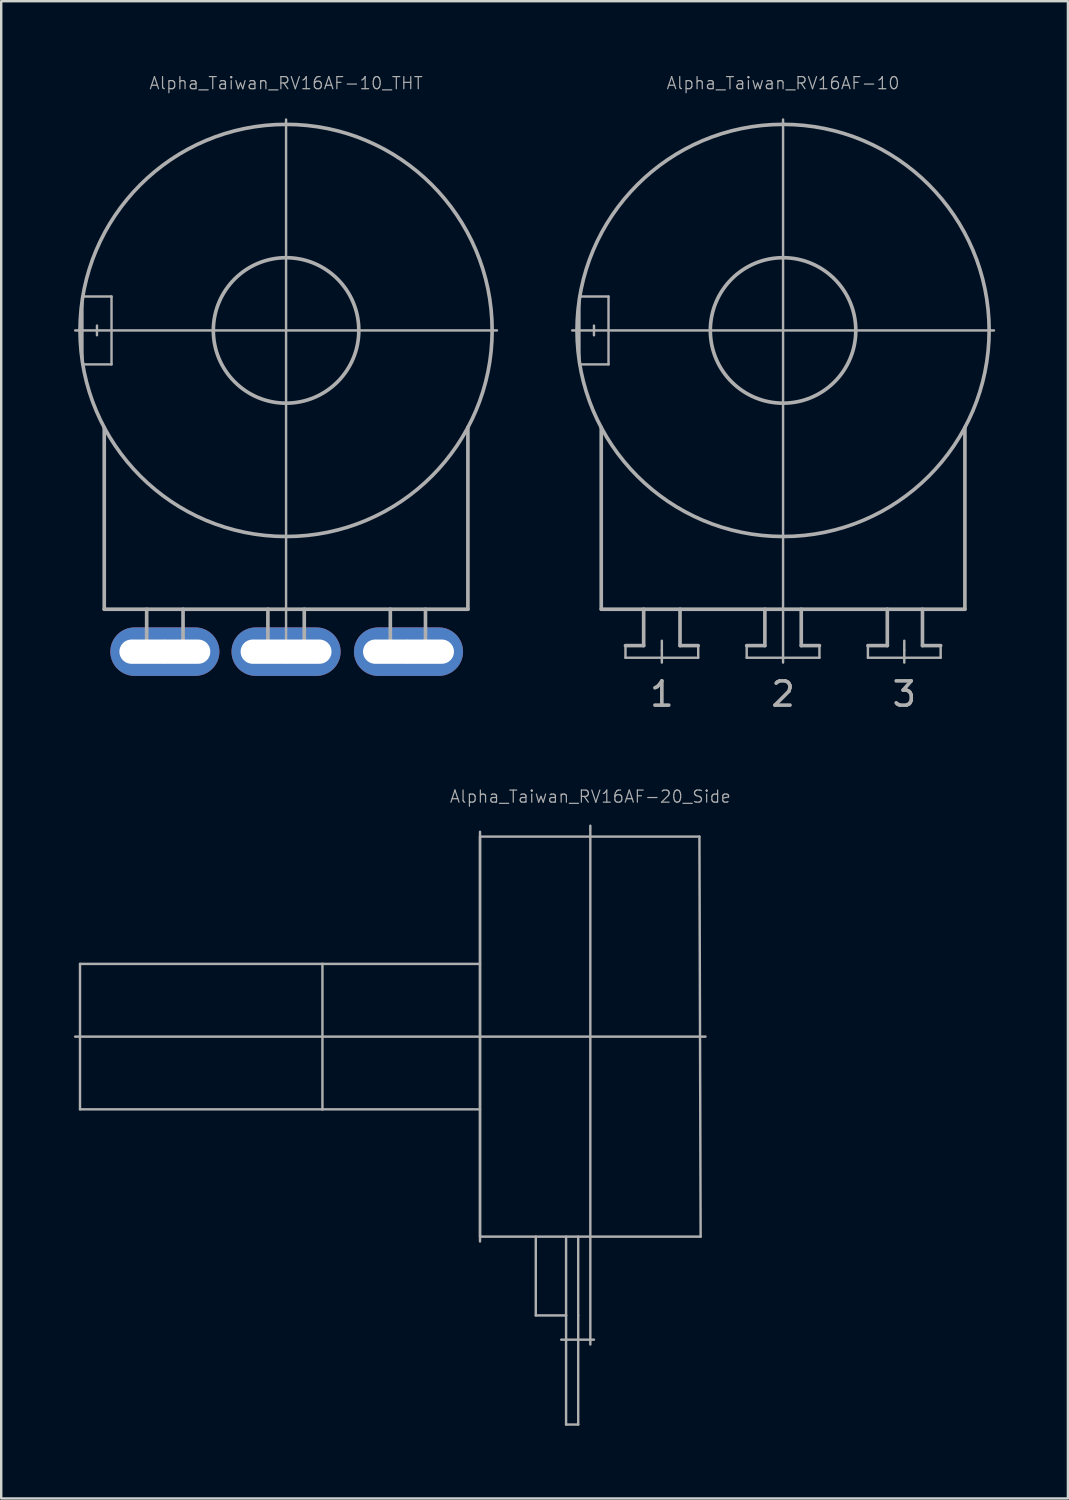
<source format=kicad_pcb>
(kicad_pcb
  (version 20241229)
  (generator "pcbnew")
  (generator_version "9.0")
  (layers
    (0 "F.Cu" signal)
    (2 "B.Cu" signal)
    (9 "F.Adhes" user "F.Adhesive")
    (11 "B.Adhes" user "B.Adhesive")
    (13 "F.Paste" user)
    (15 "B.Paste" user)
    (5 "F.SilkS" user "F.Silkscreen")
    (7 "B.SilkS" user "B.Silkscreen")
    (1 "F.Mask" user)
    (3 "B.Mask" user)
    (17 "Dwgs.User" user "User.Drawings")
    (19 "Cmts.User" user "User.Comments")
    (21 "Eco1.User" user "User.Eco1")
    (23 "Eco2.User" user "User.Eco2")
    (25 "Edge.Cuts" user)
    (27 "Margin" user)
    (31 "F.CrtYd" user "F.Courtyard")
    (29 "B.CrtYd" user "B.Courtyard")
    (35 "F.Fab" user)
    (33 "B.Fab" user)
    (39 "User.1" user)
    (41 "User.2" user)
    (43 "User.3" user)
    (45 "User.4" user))
  (footprint "Alpha_Taiwan_RV16AF-10"
    (layer "F.Cu")
    (at 29.25 10.58)
    (property "Reference" "Alpha_Taiwan_RV16AF-10" (at 0 -10.2 0) (layer "F.Fab") (effects (font (size 0.5 0.5) (thickness 0.05))))
    (attr through_hole)
    (fp_line (start -8.7 0) (end 8.7 0) (stroke (width 0.1) (type solid)) (layer "F.Fab"))
    (fp_line (start -8.4 -1.4) (end -8.4 1.4) (stroke (width 0.1) (type solid)) (layer "F.Fab"))
    (fp_line (start -8.4 1.4) (end -7.2 1.4) (stroke (width 0.1) (type solid)) (layer "F.Fab"))
    (fp_line (start -7.8 -0.2) (end -7.8 0.2) (stroke (width 0.1) (type solid)) (layer "F.Fab"))
    (fp_line (start -7.5 11.5) (end -7.5 4) (stroke (width 0.15) (type solid)) (layer "F.Fab"))
    (fp_line (start -7.5 11.5) (end 7.5 11.5) (stroke (width 0.15) (type solid)) (layer "F.Fab"))
    (fp_line (start -7.2 -1.4) (end -8.4 -1.4) (stroke (width 0.1) (type solid)) (layer "F.Fab"))
    (fp_line (start -7.2 1.4) (end -7.2 -1.4) (stroke (width 0.1) (type solid)) (layer "F.Fab"))
    (fp_line (start -6.5 13) (end -5.75 13) (stroke (width 0.15) (type solid)) (layer "F.Fab"))
    (fp_line (start -6.5 13.5) (end -6.5 13) (stroke (width 0.1) (type solid)) (layer "F.Fab"))
    (fp_line (start -6.5 13.5) (end -3.5 13.5) (stroke (width 0.1) (type solid)) (layer "F.Fab"))
    (fp_line (start -5.75 13) (end -5.75 11.5) (stroke (width 0.15) (type solid)) (layer "F.Fab"))
    (fp_line (start -5 12.8) (end -5 13.2) (stroke (width 0.1) (type solid)) (layer "F.Fab"))
    (fp_line (start -5 13.2) (end -5 13.7) (stroke (width 0.1) (type solid)) (layer "F.Fab"))
    (fp_line (start -4.25 13) (end -4.25 11.5) (stroke (width 0.15) (type solid)) (layer "F.Fab"))
    (fp_line (start -4.25 13) (end -3.5 13) (stroke (width 0.15) (type solid)) (layer "F.Fab"))
    (fp_line (start -3.5 13.5) (end -3.5 13) (stroke (width 0.1) (type solid)) (layer "F.Fab"))
    (fp_line (start -1.5 13.5) (end -1.5 13) (stroke (width 0.1) (type solid)) (layer "F.Fab"))
    (fp_line (start -0.75 13) (end -1.5 13) (stroke (width 0.15) (type solid)) (layer "F.Fab"))
    (fp_line (start -0.75 13) (end -0.75 11.5) (stroke (width 0.15) (type solid)) (layer "F.Fab"))
    (fp_line (start 0 0) (end 0 -8.7) (stroke (width 0.1) (type solid)) (layer "F.Fab"))
    (fp_line (start 0 0) (end 0 13.7) (stroke (width 0.1) (type solid)) (layer "F.Fab"))
    (fp_line (start 0.75 13) (end 0.75 11.5) (stroke (width 0.15) (type solid)) (layer "F.Fab"))
    (fp_line (start 0.75 13) (end 1.5 13) (stroke (width 0.15) (type solid)) (layer "F.Fab"))
    (fp_line (start 1.5 13) (end 1.5 13.5) (stroke (width 0.1) (type solid)) (layer "F.Fab"))
    (fp_line (start 1.5 13.5) (end -1.5 13.5) (stroke (width 0.1) (type solid)) (layer "F.Fab"))
    (fp_line (start 3.5 13) (end 4.3 13) (stroke (width 0.15) (type solid)) (layer "F.Fab"))
    (fp_line (start 3.5 13.5) (end 3.5 13) (stroke (width 0.1) (type solid)) (layer "F.Fab"))
    (fp_line (start 4.3 13) (end 4.3 11.5) (stroke (width 0.15) (type solid)) (layer "F.Fab"))
    (fp_line (start 5 12.8) (end 5 13.2) (stroke (width 0.1) (type solid)) (layer "F.Fab"))
    (fp_line (start 5 13.2) (end 5 13.7) (stroke (width 0.1) (type solid)) (layer "F.Fab"))
    (fp_line (start 5.75 13) (end 5.75 11.5) (stroke (width 0.15) (type solid)) (layer "F.Fab"))
    (fp_line (start 6.5 13) (end 5.75 13) (stroke (width 0.15) (type solid)) (layer "F.Fab"))
    (fp_line (start 6.5 13) (end 6.5 13.5) (stroke (width 0.1) (type solid)) (layer "F.Fab"))
    (fp_line (start 6.5 13.5) (end 3.5 13.5) (stroke (width 0.1) (type solid)) (layer "F.Fab"))
    (fp_line (start 7.5 11.5) (end 7.5 4) (stroke (width 0.15) (type solid)) (layer "F.Fab"))
    (fp_circle (center 0 0) (end 3 0) (stroke (width 0.15) (type solid)) (fill no) (layer "F.Fab"))
    (fp_circle (center 0 0) (end 8.5 0) (stroke (width 0.15) (type solid)) (fill no) (layer "F.Fab"))
    (fp_text user "2" (at 0 15 0) (layer "F.Fab") (effects (font (size 1 1) (thickness 0.15))))
    (fp_text user "1" (at -5 15 0) (layer "F.Fab") (effects (font (size 1 1) (thickness 0.15))))
    (fp_text user "3" (at 5 15 0) (layer "F.Fab") (effects (font (size 1 1) (thickness 0.15)))))
  (footprint "Alpha_Taiwan_RV16AF-10_THT"
    (layer "F.Cu")
    (at 8.75 10.58)
    (property "Reference" "Alpha_Taiwan_RV16AF-10_THT" (at 0 -10.2 0) (layer "F.Fab") (effects (font (size 0.5 0.5) (thickness 0.05))))
    (attr through_hole)
    (fp_line (start -8.7 0) (end 8.7 0) (stroke (width 0.1) (type solid)) (layer "F.Fab"))
    (fp_line (start -8.4 -1.4) (end -8.4 1.4) (stroke (width 0.1) (type solid)) (layer "F.Fab"))
    (fp_line (start -8.4 1.4) (end -7.2 1.4) (stroke (width 0.1) (type solid)) (layer "F.Fab"))
    (fp_line (start -7.8 -0.2) (end -7.8 0.2) (stroke (width 0.1) (type solid)) (layer "F.Fab"))
    (fp_line (start -7.5 11.5) (end -7.5 4) (stroke (width 0.15) (type solid)) (layer "F.Fab"))
    (fp_line (start -7.5 11.5) (end 7.5 11.5) (stroke (width 0.15) (type solid)) (layer "F.Fab"))
    (fp_line (start -7.2 -1.4) (end -8.4 -1.4) (stroke (width 0.1) (type solid)) (layer "F.Fab"))
    (fp_line (start -7.2 1.4) (end -7.2 -1.4) (stroke (width 0.1) (type solid)) (layer "F.Fab"))
    (fp_line (start -6.5 13) (end -5.75 13) (stroke (width 0.15) (type solid)) (layer "F.Fab"))
    (fp_line (start -6.5 13.5) (end -6.5 13) (stroke (width 0.1) (type solid)) (layer "F.Fab"))
    (fp_line (start -6.5 13.5) (end -3.5 13.5) (stroke (width 0.1) (type solid)) (layer "F.Fab"))
    (fp_line (start -5.75 13) (end -5.75 11.5) (stroke (width 0.15) (type solid)) (layer "F.Fab"))
    (fp_line (start -5 12.8) (end -5 13.2) (stroke (width 0.1) (type solid)) (layer "F.Fab"))
    (fp_line (start -5 13.2) (end -5 13.7) (stroke (width 0.1) (type solid)) (layer "F.Fab"))
    (fp_line (start -4.25 13) (end -4.25 11.5) (stroke (width 0.15) (type solid)) (layer "F.Fab"))
    (fp_line (start -4.25 13) (end -3.5 13) (stroke (width 0.15) (type solid)) (layer "F.Fab"))
    (fp_line (start -3.5 13.5) (end -3.5 13) (stroke (width 0.1) (type solid)) (layer "F.Fab"))
    (fp_line (start -1.5 13.5) (end -1.5 13) (stroke (width 0.1) (type solid)) (layer "F.Fab"))
    (fp_line (start -0.75 13) (end -1.5 13) (stroke (width 0.15) (type solid)) (layer "F.Fab"))
    (fp_line (start -0.75 13) (end -0.75 11.5) (stroke (width 0.15) (type solid)) (layer "F.Fab"))
    (fp_line (start 0 0) (end 0 -8.7) (stroke (width 0.1) (type solid)) (layer "F.Fab"))
    (fp_line (start 0 0) (end 0 13.7) (stroke (width 0.1) (type solid)) (layer "F.Fab"))
    (fp_line (start 0.75 13) (end 0.75 11.5) (stroke (width 0.15) (type solid)) (layer "F.Fab"))
    (fp_line (start 0.75 13) (end 1.5 13) (stroke (width 0.15) (type solid)) (layer "F.Fab"))
    (fp_line (start 1.5 13) (end 1.5 13.5) (stroke (width 0.1) (type solid)) (layer "F.Fab"))
    (fp_line (start 1.5 13.5) (end -1.5 13.5) (stroke (width 0.1) (type solid)) (layer "F.Fab"))
    (fp_line (start 3.5 13) (end 4.3 13) (stroke (width 0.15) (type solid)) (layer "F.Fab"))
    (fp_line (start 3.5 13.5) (end 3.5 13) (stroke (width 0.1) (type solid)) (layer "F.Fab"))
    (fp_line (start 4.3 13) (end 4.3 11.5) (stroke (width 0.15) (type solid)) (layer "F.Fab"))
    (fp_line (start 5 12.8) (end 5 13.2) (stroke (width 0.1) (type solid)) (layer "F.Fab"))
    (fp_line (start 5 13.2) (end 5 13.7) (stroke (width 0.1) (type solid)) (layer "F.Fab"))
    (fp_line (start 5.75 13) (end 5.75 11.5) (stroke (width 0.15) (type solid)) (layer "F.Fab"))
    (fp_line (start 6.5 13) (end 5.75 13) (stroke (width 0.15) (type solid)) (layer "F.Fab"))
    (fp_line (start 6.5 13) (end 6.5 13.5) (stroke (width 0.1) (type solid)) (layer "F.Fab"))
    (fp_line (start 6.5 13.5) (end 3.5 13.5) (stroke (width 0.1) (type solid)) (layer "F.Fab"))
    (fp_line (start 7.5 11.5) (end 7.5 4) (stroke (width 0.15) (type solid)) (layer "F.Fab"))
    (fp_circle (center 0 0) (end 3 0) (stroke (width 0.15) (type solid)) (fill no) (layer "F.Fab"))
    (fp_circle (center 0 0) (end 8.5 0) (stroke (width 0.15) (type solid)) (fill no) (layer "F.Fab"))
    (pad "1" thru_hole oval (at -5 13.25) (size 4.5 2) (drill oval 3.75 1) (layers "*.Cu" "*.Mask"))
    (pad "2" thru_hole oval (at 0 13.25) (size 4.5 2) (drill oval 3.75 1) (layers "*.Cu" "*.Mask"))
    (pad "3" thru_hole oval (at 5.05 13.25) (size 4.5 2) (drill oval 3.75 1) (layers "*.Cu" "*.Mask")))
  (footprint "Alpha_Taiwan_RV16AF-20_Side"
    (layer "F.Cu")
    (at 21.3 39.709)
    (property "Reference" "Alpha_Taiwan_RV16AF-20_Side" (at 0 -9.9 0) (layer "F.Fab") (effects (font (size 0.5 0.5) (thickness 0.05))))
    (attr through_hole)
    (fp_line (start -21.25 0) (end 4.75 0) (stroke (width 0.1) (type solid)) (layer "F.Fab"))
    (fp_line (start -21.05 -3) (end -21.05 3) (stroke (width 0.1) (type solid)) (layer "F.Fab"))
    (fp_line (start -21.05 3) (end -11.05 3) (stroke (width 0.1) (type solid)) (layer "F.Fab"))
    (fp_line (start -11.05 -3) (end -21.05 -3) (stroke (width 0.1) (type solid)) (layer "F.Fab"))
    (fp_line (start -11.05 -3) (end -11.05 3) (stroke (width 0.1) (type solid)) (layer "F.Fab"))
    (fp_line (start -11.05 3) (end -4.55 3) (stroke (width 0.1) (type solid)) (layer "F.Fab"))
    (fp_line (start -4.55 -8.45) (end -4.55 8.45) (stroke (width 0.1) (type solid)) (layer "F.Fab"))
    (fp_line (start -4.55 -8.25) (end -4.55 8.25) (stroke (width 0.1) (type solid)) (layer "F.Fab"))
    (fp_line (start -4.55 -3) (end -11.05 -3) (stroke (width 0.1) (type solid)) (layer "F.Fab"))
    (fp_line (start -4.55 8.25) (end 4.55 8.25) (stroke (width 0.1) (type solid)) (layer "F.Fab"))
    (fp_line (start -2.25 11.5) (end -2.25 8.25) (stroke (width 0.1) (type solid)) (layer "F.Fab"))
    (fp_line (start -1 11.5) (end -2.25 11.5) (stroke (width 0.1) (type solid)) (layer "F.Fab"))
    (fp_line (start -1 11.5) (end -1 8.25) (stroke (width 0.1) (type solid)) (layer "F.Fab"))
    (fp_line (start -1 12.5) (end -1 11.5) (stroke (width 0.1) (type solid)) (layer "F.Fab"))
    (fp_line (start -1 12.5) (end -1 16) (stroke (width 0.1) (type solid)) (layer "F.Fab"))
    (fp_line (start -1 16) (end -0.5 16) (stroke (width 0.1) (type solid)) (layer "F.Fab"))
    (fp_line (start -0.5 11.5) (end -0.5 8.25) (stroke (width 0.1) (type solid)) (layer "F.Fab"))
    (fp_line (start -0.5 11.5) (end -0.5 12.5) (stroke (width 0.1) (type solid)) (layer "F.Fab"))
    (fp_line (start -0.5 16) (end -0.5 12.5) (stroke (width 0.1) (type solid)) (layer "F.Fab"))
    (fp_line (start 0 0) (end 0 -8.7) (stroke (width 0.1) (type solid)) (layer "F.Fab"))
    (fp_line (start 0 0) (end 0 12.7) (stroke (width 0.1) (type solid)) (layer "F.Fab"))
    (fp_line (start 0.15 12.5) (end -1.2 12.5) (stroke (width 0.1) (type solid)) (layer "F.Fab"))
    (fp_line (start 4.5 -8.25) (end -4.55 -8.25) (stroke (width 0.1) (type solid)) (layer "F.Fab"))
    (fp_line (start 4.55 8.25) (end 4.5 -8.25) (stroke (width 0.1) (type solid)) (layer "F.Fab")))
  (gr_rect
    (start -3 -3)
    (end 41 58.759)
    (stroke (width 0.1) (type default))
    (fill no)
    (layer "Edge.Cuts")))
</source>
